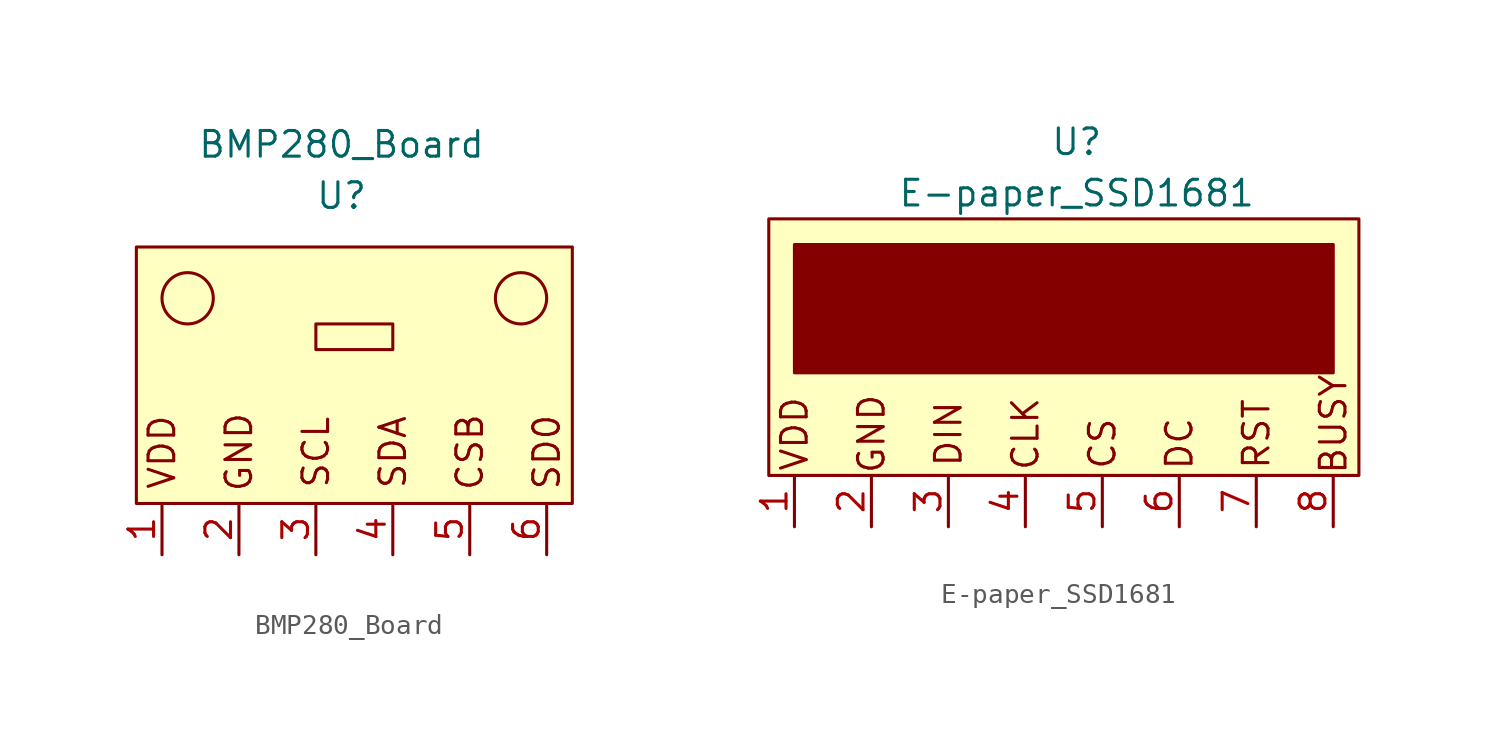
<source format=kicad_sym>
(kicad_symbol_lib
  (version 20211014)
  (generator kicad_symbol_editor)
  (symbol "BMP280_Board"
    (property "Reference" "U"
      (at 0 8.89 0)
      (effects (font (size 1.27 1.27))))
    (property "Value" "BMP280_Board"
      (at 0 11.43 0)
      (effects (font (size 1.27 1.27))))
    (symbol "BMP280_Board_0_0"
      (circle (center -7.62 3.81) (radius 1.27) (stroke (width 0) (type default) (color 0 0 0 0)) (fill (type none)))
      (rectangle (start -1.27 2.54) (end 2.54 1.27) (stroke (width 0) (type default) (color 0 0 0 0)) (fill (type none)))
      (circle (center 8.89 3.81) (radius 1.27) (stroke (width 0) (type default) (color 0 0 0 0)) (fill (type none)))
      (text "CSB" (at 6.35 -3.81 900) (effects (font (size 1.27 1.27))))
      (text "GND" (at -5.08 -3.81 900) (effects (font (size 1.27 1.27))))
      (text "SCL" (at -1.27 -3.81 900) (effects (font (size 1.27 1.27))))
      (text "SD0" (at 10.16 -3.81 900) (effects (font (size 1.27 1.27))))
      (text "SDA" (at 2.54 -3.81 900) (effects (font (size 1.27 1.27))))
      (text "VDD" (at -8.89 -3.81 900) (effects (font (size 1.27 1.27)))))
    (symbol "BMP280_Board_0_1"
      (rectangle (start -10.16 6.35) (end 11.43 -6.35) (stroke (width 0) (type default) (color 0 0 0 0)) (fill (type background))))
    (symbol "BMP280_Board_1_1"
      (pin power_in line (at -8.89 -8.89 90) (length 2.54) (name "" (effects (font (size 1.27 1.27)))) (number "1" (effects (font (size 1.27 1.27)))))
      (pin power_in line (at -5.08 -8.89 90) (length 2.54) (name "" (effects (font (size 1.27 1.27)))) (number "2" (effects (font (size 1.27 1.27)))))
      (pin bidirectional line (at -1.27 -8.89 90) (length 2.54) (name "" (effects (font (size 1.27 1.27)))) (number "3" (effects (font (size 1.27 1.27)))))
      (pin bidirectional line (at 2.54 -8.89 90) (length 2.54) (name "" (effects (font (size 1.27 1.27)))) (number "4" (effects (font (size 1.27 1.27)))))
      (pin bidirectional line (at 6.35 -8.89 90) (length 2.54) (name "" (effects (font (size 1.27 1.27)))) (number "5" (effects (font (size 1.27 1.27)))))
      (pin bidirectional line (at 10.16 -8.89 90) (length 2.54) (name "" (effects (font (size 1.27 1.27)))) (number "6" (effects (font (size 1.27 1.27)))))))
  (symbol "E-paper_SSD1681"
    (property "Reference" "U"
      (at 0 10.16 0)
      (effects (font (size 1.27 1.27))))
    (property "Value" "E-paper_SSD1681"
      (at 0 7.62 0)
      (effects (font (size 1.27 1.27))))
    (symbol "E-paper_SSD1681_0_0"
      (rectangle (start -13.97 5.08) (end 12.7 -1.27) (stroke (width 0) (type default) (color 0 0 0 0)) (fill (type outline)))
      (text "BUSY" (at 12.7 -3.81 900) (effects (font (size 1.27 1.27))))
      (text "CLK " (at -2.54 -3.81 900) (effects (font (size 1.27 1.27))))
      (text "CS  " (at 1.27 -3.81 900) (effects (font (size 1.27 1.27))))
      (text "DC  " (at 5.08 -3.81 900) (effects (font (size 1.27 1.27))))
      (text "DIN " (at -6.35 -3.81 900) (effects (font (size 1.27 1.27))))
      (text "GND " (at -10.16 -3.81 900) (effects (font (size 1.27 1.27))))
      (text "RST " (at 8.89 -3.81 900) (effects (font (size 1.27 1.27))))
      (text "VDD " (at -13.97 -3.81 900) (effects (font (size 1.27 1.27)))))
    (symbol "E-paper_SSD1681_0_1"
      (rectangle (start -15.24 6.35) (end 13.97 -6.35) (stroke (width 0) (type default) (color 0 0 0 0)) (fill (type background))))
    (symbol "E-paper_SSD1681_1_1"
      (pin power_in line (at -13.97 -8.89 90) (length 2.54) (name "" (effects (font (size 1.27 1.27)))) (number "1" (effects (font (size 1.27 1.27)))))
      (pin power_in line (at -10.16 -8.89 90) (length 2.54) (name "" (effects (font (size 1.27 1.27)))) (number "2" (effects (font (size 1.27 1.27)))))
      (pin bidirectional line (at -6.35 -8.89 90) (length 2.54) (name "" (effects (font (size 1.27 1.27)))) (number "3" (effects (font (size 1.27 1.27)))))
      (pin bidirectional line (at -2.54 -8.89 90) (length 2.54) (name "" (effects (font (size 1.27 1.27)))) (number "4" (effects (font (size 1.27 1.27)))))
      (pin bidirectional line (at 1.27 -8.89 90) (length 2.54) (name "" (effects (font (size 1.27 1.27)))) (number "5" (effects (font (size 1.27 1.27)))))
      (pin bidirectional line (at 5.08 -8.89 90) (length 2.54) (name "" (effects (font (size 1.27 1.27)))) (number "6" (effects (font (size 1.27 1.27)))))
      (pin bidirectional line (at 8.89 -8.89 90) (length 2.54) (name "" (effects (font (size 1.27 1.27)))) (number "7" (effects (font (size 1.27 1.27)))))
      (pin bidirectional line (at 12.7 -8.89 90) (length 2.54) (name "" (effects (font (size 1.27 1.27)))) (number "8" (effects (font (size 1.27 1.27))))))))
</source>
